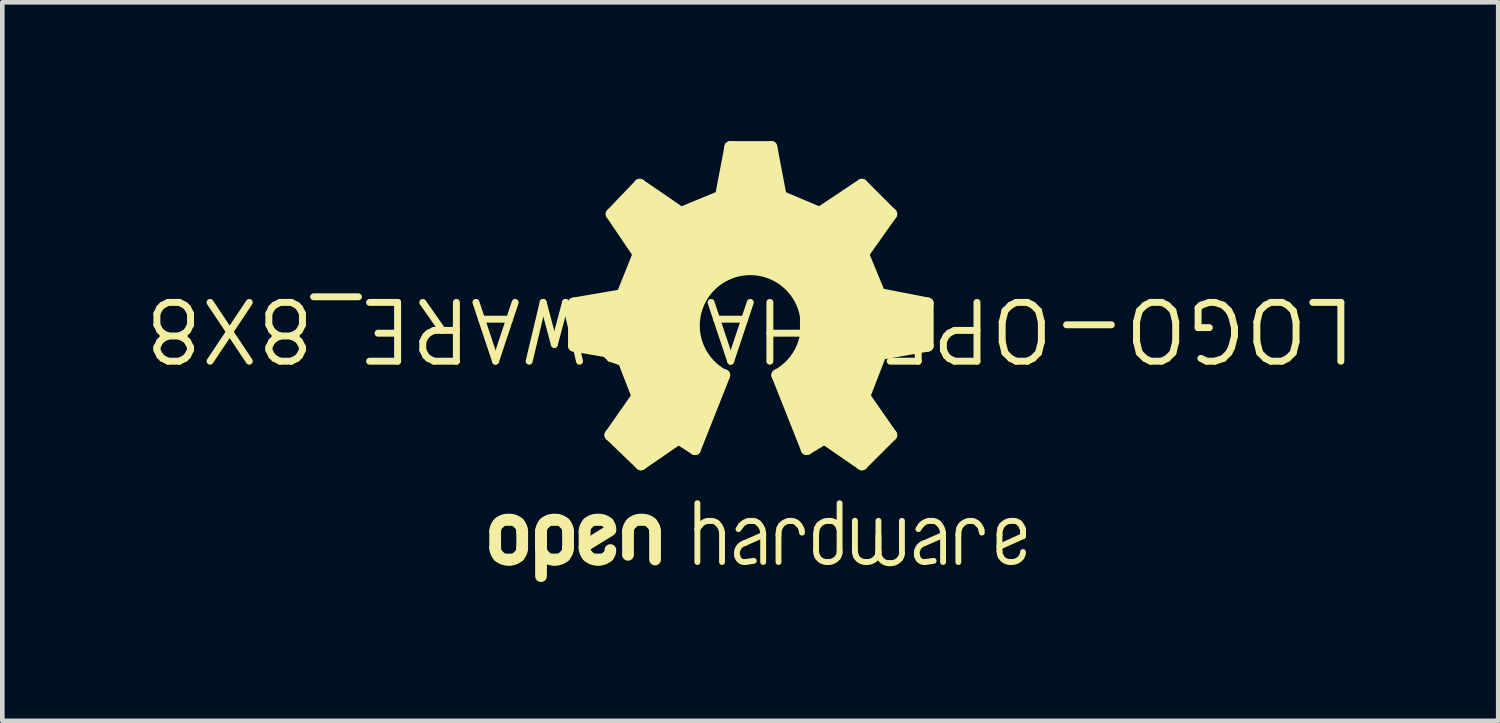
<source format=kicad_pcb>
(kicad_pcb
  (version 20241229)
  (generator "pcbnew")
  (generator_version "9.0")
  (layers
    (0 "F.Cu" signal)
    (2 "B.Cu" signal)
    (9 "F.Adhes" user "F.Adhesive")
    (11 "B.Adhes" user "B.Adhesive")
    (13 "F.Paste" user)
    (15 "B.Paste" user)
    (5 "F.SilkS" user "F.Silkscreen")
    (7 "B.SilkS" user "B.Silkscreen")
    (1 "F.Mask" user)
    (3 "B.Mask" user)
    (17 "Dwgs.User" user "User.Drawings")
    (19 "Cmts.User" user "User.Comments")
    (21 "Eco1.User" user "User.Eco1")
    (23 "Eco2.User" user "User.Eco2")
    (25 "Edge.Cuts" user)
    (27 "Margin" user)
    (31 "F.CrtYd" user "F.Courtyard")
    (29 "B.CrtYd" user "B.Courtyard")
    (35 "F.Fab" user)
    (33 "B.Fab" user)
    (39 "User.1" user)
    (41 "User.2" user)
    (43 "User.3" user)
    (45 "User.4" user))
  (footprint "LOGO-OPENHARDWARE_8X8"
    (layer "F.Cu")
    (at 13.161 4.064)
    (property "Reference" "LOGO-OPENHARDWARE_8X8" (at 0 0 180) (unlocked yes) (layer "F.SilkS") (effects (font (size 1.27 1.27) (thickness 0.15))))
    (fp_line (start -5.512 4.721) (end -5.512 4.372) (stroke (width 0.254) (type solid)) (layer "F.SilkS"))
    (fp_line (start -5.437 4.193) (end -5.434 4.189) (stroke (width 0.254) (type solid)) (layer "F.SilkS"))
    (fp_line (start -5.434 4.904) (end -5.437 4.9) (stroke (width 0.254) (type solid)) (layer "F.SilkS"))
    (fp_line (start -5.254 4.115) (end -5.185 4.115) (stroke (width 0.254) (type solid)) (layer "F.SilkS"))
    (fp_line (start -5.185 4.978) (end -5.254 4.978) (stroke (width 0.254) (type solid)) (layer "F.SilkS"))
    (fp_line (start -5.006 4.189) (end -5.002 4.193) (stroke (width 0.254) (type solid)) (layer "F.SilkS"))
    (fp_line (start -5.002 4.9) (end -5.006 4.904) (stroke (width 0.254) (type solid)) (layer "F.SilkS"))
    (fp_line (start -4.928 4.372) (end -4.928 4.721) (stroke (width 0.254) (type solid)) (layer "F.SilkS"))
    (fp_line (start -4.521 4.369) (end -4.521 5.334) (stroke (width 0.254) (type solid)) (layer "F.SilkS"))
    (fp_line (start -4.521 4.721) (end -4.521 4.372) (stroke (width 0.254) (type solid)) (layer "F.SilkS"))
    (fp_line (start -4.447 4.193) (end -4.443 4.189) (stroke (width 0.254) (type solid)) (layer "F.SilkS"))
    (fp_line (start -4.443 4.904) (end -4.447 4.9) (stroke (width 0.254) (type solid)) (layer "F.SilkS"))
    (fp_line (start -4.264 4.115) (end -4.195 4.115) (stroke (width 0.254) (type solid)) (layer "F.SilkS"))
    (fp_line (start -4.195 4.978) (end -4.264 4.978) (stroke (width 0.254) (type solid)) (layer "F.SilkS"))
    (fp_line (start -4.015 4.189) (end -4.011 4.193) (stroke (width 0.254) (type solid)) (layer "F.SilkS"))
    (fp_line (start -4.011 4.9) (end -4.015 4.904) (stroke (width 0.254) (type solid)) (layer "F.SilkS"))
    (fp_line (start -3.937 4.372) (end -3.937 4.721) (stroke (width 0.254) (type solid)) (layer "F.SilkS"))
    (fp_line (start -3.81 -0.559) (end -2.769 -0.737) (stroke (width 0.254) (type solid)) (layer "F.SilkS"))
    (fp_line (start -3.81 0.356) (end -3.81 -0.559) (stroke (width 0.254) (type solid)) (layer "F.SilkS"))
    (fp_line (start -3.581 4.721) (end -3.581 4.372) (stroke (width 0.254) (type solid)) (layer "F.SilkS"))
    (fp_line (start -3.507 4.193) (end -3.503 4.189) (stroke (width 0.254) (type solid)) (layer "F.SilkS"))
    (fp_line (start -3.503 4.904) (end -3.507 4.9) (stroke (width 0.254) (type solid)) (layer "F.SilkS"))
    (fp_line (start -3.324 4.115) (end -3.255 4.115) (stroke (width 0.254) (type solid)) (layer "F.SilkS"))
    (fp_line (start -3.255 4.978) (end -3.324 4.978) (stroke (width 0.254) (type solid)) (layer "F.SilkS"))
    (fp_line (start -3.075 4.189) (end -3.072 4.193) (stroke (width 0.254) (type solid)) (layer "F.SilkS"))
    (fp_line (start -3.072 4.9) (end -3.075 4.904) (stroke (width 0.254) (type solid)) (layer "F.SilkS"))
    (fp_line (start -3.023 2.286) (end -2.438 1.448) (stroke (width 0.254) (type solid)) (layer "F.SilkS"))
    (fp_line (start -3.023 4.343) (end -3.56 4.674) (stroke (width 0.254) (type solid)) (layer "F.SilkS"))
    (fp_line (start -2.997 -2.489) (end -2.388 -3.124) (stroke (width 0.254) (type solid)) (layer "F.SilkS"))
    (fp_line (start -2.794 0.533) (end -3.81 0.356) (stroke (width 0.254) (type solid)) (layer "F.SilkS"))
    (fp_line (start -2.769 -0.737) (end -2.413 -1.626) (stroke (width 0.254) (type solid)) (layer "F.SilkS"))
    (fp_line (start -2.642 4.873) (end -2.642 4.372) (stroke (width 0.254) (type solid)) (layer "F.SilkS"))
    (fp_line (start -2.567 4.193) (end -2.564 4.189) (stroke (width 0.254) (type solid)) (layer "F.SilkS"))
    (fp_line (start -2.438 1.448) (end -2.794 0.533) (stroke (width 0.254) (type solid)) (layer "F.SilkS"))
    (fp_line (start -2.413 -1.626) (end -2.997 -2.489) (stroke (width 0.254) (type solid)) (layer "F.SilkS"))
    (fp_line (start -2.388 -3.124) (end -1.499 -2.515) (stroke (width 0.254) (type solid)) (layer "F.SilkS"))
    (fp_line (start -2.384 4.115) (end -2.315 4.115) (stroke (width 0.254) (type solid)) (layer "F.SilkS"))
    (fp_line (start -2.362 2.921) (end -3.023 2.286) (stroke (width 0.254) (type solid)) (layer "F.SilkS"))
    (fp_line (start -2.135 4.189) (end -2.132 4.193) (stroke (width 0.254) (type solid)) (layer "F.SilkS"))
    (fp_line (start -2.057 4.372) (end -2.057 4.975) (stroke (width 0.254) (type solid)) (layer "F.SilkS"))
    (fp_line (start -1.549 2.362) (end -2.362 2.921) (stroke (width 0.254) (type solid)) (layer "F.SilkS"))
    (fp_line (start -1.499 -2.515) (end -0.635 -2.87) (stroke (width 0.254) (type solid)) (layer "F.SilkS"))
    (fp_line (start -1.194 2.591) (end -1.549 2.362) (stroke (width 0.254) (type solid)) (layer "F.SilkS"))
    (fp_line (start -1.143 4.318) (end -1.143 3.759) (stroke (width 0.127) (type solid)) (layer "F.SilkS"))
    (fp_line (start -1.143 5.029) (end -1.143 4.318) (stroke (width 0.127) (type solid)) (layer "F.SilkS"))
    (fp_line (start -1.09 4.24) (end -1.143 4.318) (stroke (width 0.127) (type solid)) (layer "F.SilkS"))
    (fp_line (start -0.842 4.14) (end -0.911 4.14) (stroke (width 0.127) (type solid)) (layer "F.SilkS"))
    (fp_line (start -0.635 -2.87) (end -0.432 -3.937) (stroke (width 0.254) (type solid)) (layer "F.SilkS"))
    (fp_line (start -0.61 5.029) (end -0.61 4.407) (stroke (width 0.127) (type solid)) (layer "F.SilkS"))
    (fp_line (start -0.559 0.991) (end -1.194 2.591) (stroke (width 0.254) (type solid)) (layer "F.SilkS"))
    (fp_line (start -0.432 -3.937) (end 0.457 -3.937) (stroke (width 0.254) (type solid)) (layer "F.SilkS"))
    (fp_line (start -0.201 4.24) (end -0.254 4.318) (stroke (width 0.127) (type solid)) (layer "F.SilkS"))
    (fp_line (start -0.127 4.623) (end 0.279 4.445) (stroke (width 0.127) (type solid)) (layer "F.SilkS"))
    (fp_line (start -0.102 5.029) (end 0.076 5.004) (stroke (width 0.127) (type solid)) (layer "F.SilkS"))
    (fp_line (start 0.047 4.14) (end -0.022 4.14) (stroke (width 0.127) (type solid)) (layer "F.SilkS"))
    (fp_line (start 0.279 4.445) (end 0.279 4.407) (stroke (width 0.127) (type solid)) (layer "F.SilkS"))
    (fp_line (start 0.279 5.029) (end 0.279 4.445) (stroke (width 0.127) (type solid)) (layer "F.SilkS"))
    (fp_line (start 0.457 -3.937) (end 0.66 -2.87) (stroke (width 0.254) (type solid)) (layer "F.SilkS"))
    (fp_line (start 0.61 4.442) (end 0.61 5.029) (stroke (width 0.127) (type solid)) (layer "F.SilkS"))
    (fp_line (start 0.66 -2.87) (end 1.499 -2.515) (stroke (width 0.254) (type solid)) (layer "F.SilkS"))
    (fp_line (start 0.662 4.24) (end 0.63 4.299) (stroke (width 0.127) (type solid)) (layer "F.SilkS"))
    (fp_line (start 0.885 4.14) (end 0.842 4.14) (stroke (width 0.127) (type solid)) (layer "F.SilkS"))
    (fp_line (start 1.016 4.191) (end 1.042 4.218) (stroke (width 0.127) (type solid)) (layer "F.SilkS"))
    (fp_line (start 1.109 4.336) (end 1.118 4.394) (stroke (width 0.127) (type solid)) (layer "F.SilkS"))
    (fp_line (start 1.219 2.591) (end 0.584 0.991) (stroke (width 0.254) (type solid)) (layer "F.SilkS"))
    (fp_line (start 1.422 4.442) (end 1.422 4.791) (stroke (width 0.127) (type solid)) (layer "F.SilkS"))
    (fp_line (start 1.475 4.24) (end 1.443 4.299) (stroke (width 0.127) (type solid)) (layer "F.SilkS"))
    (fp_line (start 1.499 -2.515) (end 2.413 -3.124) (stroke (width 0.254) (type solid)) (layer "F.SilkS"))
    (fp_line (start 1.6 2.362) (end 1.219 2.591) (stroke (width 0.254) (type solid)) (layer "F.SilkS"))
    (fp_line (start 1.65 5.029) (end 1.689 5.029) (stroke (width 0.127) (type solid)) (layer "F.SilkS"))
    (fp_line (start 1.724 4.14) (end 1.68 4.14) (stroke (width 0.127) (type solid)) (layer "F.SilkS"))
    (fp_line (start 1.93 4.813) (end 1.93 3.759) (stroke (width 0.127) (type solid)) (layer "F.SilkS"))
    (fp_line (start 2.261 4.137) (end 2.261 4.791) (stroke (width 0.127) (type solid)) (layer "F.SilkS"))
    (fp_line (start 2.413 -3.124) (end 3.048 -2.489) (stroke (width 0.254) (type solid)) (layer "F.SilkS"))
    (fp_line (start 2.413 2.921) (end 1.6 2.362) (stroke (width 0.254) (type solid)) (layer "F.SilkS"))
    (fp_line (start 2.438 -1.626) (end 2.794 -0.762) (stroke (width 0.254) (type solid)) (layer "F.SilkS"))
    (fp_line (start 2.464 1.448) (end 3.048 2.286) (stroke (width 0.254) (type solid)) (layer "F.SilkS"))
    (fp_line (start 2.488 5.029) (end 2.527 5.029) (stroke (width 0.127) (type solid)) (layer "F.SilkS"))
    (fp_line (start 2.769 4.467) (end 2.769 4.813) (stroke (width 0.127) (type solid)) (layer "F.SilkS"))
    (fp_line (start 2.769 4.813) (end 2.769 4.14) (stroke (width 0.127) (type solid)) (layer "F.SilkS"))
    (fp_line (start 2.769 4.813) (end 2.769 4.817) (stroke (width 0.127) (type solid)) (layer "F.SilkS"))
    (fp_line (start 2.794 -0.762) (end 3.835 -0.559) (stroke (width 0.254) (type solid)) (layer "F.SilkS"))
    (fp_line (start 2.819 0.533) (end 2.464 1.448) (stroke (width 0.254) (type solid)) (layer "F.SilkS"))
    (fp_line (start 2.996 5.055) (end 3.035 5.055) (stroke (width 0.127) (type solid)) (layer "F.SilkS"))
    (fp_line (start 3.048 -2.489) (end 2.438 -1.626) (stroke (width 0.254) (type solid)) (layer "F.SilkS"))
    (fp_line (start 3.048 2.286) (end 2.413 2.921) (stroke (width 0.254) (type solid)) (layer "F.SilkS"))
    (fp_line (start 3.277 4.839) (end 3.277 4.14) (stroke (width 0.127) (type solid)) (layer "F.SilkS"))
    (fp_line (start 3.685 4.24) (end 3.632 4.318) (stroke (width 0.127) (type solid)) (layer "F.SilkS"))
    (fp_line (start 3.759 4.623) (end 4.166 4.445) (stroke (width 0.127) (type solid)) (layer "F.SilkS"))
    (fp_line (start 3.785 5.029) (end 3.962 5.004) (stroke (width 0.127) (type solid)) (layer "F.SilkS"))
    (fp_line (start 3.835 -0.559) (end 3.835 0.356) (stroke (width 0.254) (type solid)) (layer "F.SilkS"))
    (fp_line (start 3.835 0.356) (end 2.819 0.533) (stroke (width 0.254) (type solid)) (layer "F.SilkS"))
    (fp_line (start 3.933 4.14) (end 3.864 4.14) (stroke (width 0.127) (type solid)) (layer "F.SilkS"))
    (fp_line (start 4.166 4.445) (end 4.166 4.407) (stroke (width 0.127) (type solid)) (layer "F.SilkS"))
    (fp_line (start 4.166 5.029) (end 4.166 4.445) (stroke (width 0.127) (type solid)) (layer "F.SilkS"))
    (fp_line (start 4.496 4.442) (end 4.496 5.029) (stroke (width 0.127) (type solid)) (layer "F.SilkS"))
    (fp_line (start 4.548 4.24) (end 4.516 4.299) (stroke (width 0.127) (type solid)) (layer "F.SilkS"))
    (fp_line (start 4.772 4.14) (end 4.728 4.14) (stroke (width 0.127) (type solid)) (layer "F.SilkS"))
    (fp_line (start 4.902 4.191) (end 4.929 4.218) (stroke (width 0.127) (type solid)) (layer "F.SilkS"))
    (fp_line (start 4.995 4.336) (end 5.004 4.394) (stroke (width 0.127) (type solid)) (layer "F.SilkS"))
    (fp_line (start 5.385 4.442) (end 5.385 4.699) (stroke (width 0.127) (type solid)) (layer "F.SilkS"))
    (fp_line (start 5.385 4.699) (end 5.385 4.791) (stroke (width 0.127) (type solid)) (layer "F.SilkS"))
    (fp_line (start 5.385 4.699) (end 5.893 4.47) (stroke (width 0.127) (type solid)) (layer "F.SilkS"))
    (fp_line (start 5.437 4.24) (end 5.405 4.299) (stroke (width 0.127) (type solid)) (layer "F.SilkS"))
    (fp_line (start 5.613 5.029) (end 5.652 5.029) (stroke (width 0.127) (type solid)) (layer "F.SilkS"))
    (fp_line (start 5.686 4.14) (end 5.642 4.14) (stroke (width 0.127) (type solid)) (layer "F.SilkS"))
    (fp_line (start 5.893 4.47) (end 5.893 4.354) (stroke (width 0.127) (type solid)) (layer "F.SilkS"))
    (fp_arc (start -5.5118 4.3724) (mid -5.492462 4.2752) (end -5.4374 4.192799) (stroke (width 0.254) (type solid)) (layer "F.SilkS"))
    (fp_arc (start -5.4374 4.9004) (mid -5.492462 4.817999) (end -5.5118 4.720799) (stroke (width 0.254) (type solid)) (layer "F.SilkS"))
    (fp_arc (start -5.4338 4.1892) (mid -5.351403 4.134131) (end -5.254201 4.1148) (stroke (width 0.254) (type solid)) (layer "F.SilkS"))
    (fp_arc (start -5.2542 4.9784) (mid -5.351403 4.95907) (end -5.4338 4.904) (stroke (width 0.254) (type solid)) (layer "F.SilkS"))
    (fp_arc (start -5.1852 4.1148) (mid -5.087998 4.13413) (end -5.0056 4.189199) (stroke (width 0.254) (type solid)) (layer "F.SilkS"))
    (fp_arc (start -5.0056 4.904) (mid -5.087998 4.959069) (end -5.1852 4.978399) (stroke (width 0.254) (type solid)) (layer "F.SilkS"))
    (fp_arc (start -5.002 4.1928) (mid -4.946938 4.275201) (end -4.9276 4.3724) (stroke (width 0.254) (type solid)) (layer "F.SilkS"))
    (fp_arc (start -4.9276 4.7208) (mid -4.946938 4.818) (end -5.002001 4.9004) (stroke (width 0.254) (type solid)) (layer "F.SilkS"))
    (fp_arc (start -4.5212 4.3724) (mid -4.501862 4.2752) (end -4.4468 4.192799) (stroke (width 0.254) (type solid)) (layer "F.SilkS"))
    (fp_arc (start -4.4468 4.9004) (mid -4.501862 4.817999) (end -4.5212 4.720799) (stroke (width 0.254) (type solid)) (layer "F.SilkS"))
    (fp_arc (start -4.4432 4.1892) (mid -4.360803 4.134131) (end -4.263601 4.1148) (stroke (width 0.254) (type solid)) (layer "F.SilkS"))
    (fp_arc (start -4.2636 4.9784) (mid -4.360803 4.95907) (end -4.4432 4.904) (stroke (width 0.254) (type solid)) (layer "F.SilkS"))
    (fp_arc (start -4.1946 4.1148) (mid -4.097398 4.13413) (end -4.015 4.189199) (stroke (width 0.254) (type solid)) (layer "F.SilkS"))
    (fp_arc (start -4.015 4.904) (mid -4.097398 4.959069) (end -4.1946 4.978399) (stroke (width 0.254) (type solid)) (layer "F.SilkS"))
    (fp_arc (start -4.0114 4.1928) (mid -3.956338 4.275201) (end -3.937 4.3724) (stroke (width 0.254) (type solid)) (layer "F.SilkS"))
    (fp_arc (start -3.937 4.7208) (mid -3.956338 4.818) (end -4.011401 4.9004) (stroke (width 0.254) (type solid)) (layer "F.SilkS"))
    (fp_arc (start -3.5814 4.3724) (mid -3.562062 4.2752) (end -3.507 4.192799) (stroke (width 0.254) (type solid)) (layer "F.SilkS"))
    (fp_arc (start -3.507 4.9004) (mid -3.562062 4.817999) (end -3.5814 4.720799) (stroke (width 0.254) (type solid)) (layer "F.SilkS"))
    (fp_arc (start -3.5034 4.1892) (mid -3.421003 4.134131) (end -3.323801 4.1148) (stroke (width 0.254) (type solid)) (layer "F.SilkS"))
    (fp_arc (start -3.3238 4.9784) (mid -3.421003 4.95907) (end -3.5034 4.904) (stroke (width 0.254) (type solid)) (layer "F.SilkS"))
    (fp_arc (start -3.2548 4.1148) (mid -3.157598 4.13413) (end -3.0752 4.189199) (stroke (width 0.254) (type solid)) (layer "F.SilkS"))
    (fp_arc (start -3.0752 4.904) (mid -3.157598 4.959069) (end -3.2548 4.978399) (stroke (width 0.254) (type solid)) (layer "F.SilkS"))
    (fp_arc (start -3.0716 4.1928) (mid -3.034292 4.252327) (end -3.0226 4.3216) (stroke (width 0.254) (type solid)) (layer "F.SilkS"))
    (fp_arc (start -3.0226 4.7716) (mid -3.034292 4.840873) (end -3.0716 4.9004) (stroke (width 0.254) (type solid)) (layer "F.SilkS"))
    (fp_arc (start -2.6416 4.3724) (mid -2.622262 4.2752) (end -2.5672 4.192799) (stroke (width 0.254) (type solid)) (layer "F.SilkS"))
    (fp_arc (start -2.5636 4.1892) (mid -2.481203 4.134131) (end -2.384001 4.1148) (stroke (width 0.254) (type solid)) (layer "F.SilkS"))
    (fp_arc (start -2.315 4.1148) (mid -2.217798 4.13413) (end -2.1354 4.189199) (stroke (width 0.254) (type solid)) (layer "F.SilkS"))
    (fp_arc (start -2.1318 4.1928) (mid -2.076738 4.275201) (end -2.0574 4.3724) (stroke (width 0.254) (type solid)) (layer "F.SilkS"))
    (fp_arc (start -1.0904 4.240001) (mid -1.010526 4.172238) (end -0.9108 4.1402) (stroke (width 0.127) (type solid)) (layer "F.SilkS"))
    (fp_arc (start -0.8418 4.1402) (mid -0.772522 4.151877) (end -0.713 4.1892) (stroke (width 0.127) (type solid)) (layer "F.SilkS"))
    (fp_arc (start -0.713 4.1892) (mid -0.639565 4.287945) (end -0.6096 4.4073) (stroke (width 0.127) (type solid)) (layer "F.SilkS"))
    (fp_arc (start -0.5842 0.9906) (mid 0 -1.296427) (end 0.584199 0.9906) (stroke (width 0.254) (type solid)) (layer "F.SilkS"))
    (fp_arc (start -0.279399 4.902201) (mid -0.261065 4.730938) (end -0.127 4.6228) (stroke (width 0.127) (type solid)) (layer "F.SilkS"))
    (fp_arc (start -0.2014 4.24) (mid -0.121525 4.172238) (end -0.0218 4.1402) (stroke (width 0.127) (type solid)) (layer "F.SilkS"))
    (fp_arc (start -0.1016 5.0292) (mid -0.216803 5.002524) (end -0.2794 4.9022) (stroke (width 0.127) (type solid)) (layer "F.SilkS"))
    (fp_arc (start 0.0472 4.1402) (mid 0.116478 4.151877) (end 0.176 4.1892) (stroke (width 0.127) (type solid)) (layer "F.SilkS"))
    (fp_arc (start 0.176 4.1892) (mid 0.249435 4.287945) (end 0.2794 4.4073) (stroke (width 0.127) (type solid)) (layer "F.SilkS"))
    (fp_arc (start 0.6096 4.4417) (mid 0.614756 4.369519) (end 0.6301 4.2988) (stroke (width 0.127) (type solid)) (layer "F.SilkS"))
    (fp_arc (start 0.6622 4.24) (mid 0.742075 4.172238) (end 0.8418 4.1402) (stroke (width 0.127) (type solid)) (layer "F.SilkS"))
    (fp_arc (start 0.8854 4.1402) (mid 0.954681 4.15187) (end 1.0142 4.1892) (stroke (width 0.127) (type solid)) (layer "F.SilkS"))
    (fp_arc (start 1.0425 4.2175) (mid 1.083923 4.272012) (end 1.1093 4.3356) (stroke (width 0.127) (type solid)) (layer "F.SilkS"))
    (fp_arc (start 1.4224 4.4417) (mid 1.427543 4.369517) (end 1.4429 4.2988) (stroke (width 0.127) (type solid)) (layer "F.SilkS"))
    (fp_arc (start 1.4492 4.904999) (mid 1.429185 4.84976) (end 1.4224 4.7914) (stroke (width 0.127) (type solid)) (layer "F.SilkS"))
    (fp_arc (start 1.475 4.24) (mid 1.554872 4.17223) (end 1.6546 4.1402) (stroke (width 0.127) (type solid)) (layer "F.SilkS"))
    (fp_arc (start 1.6502 5.0292) (mid 1.532051 4.995662) (end 1.4492 4.905) (stroke (width 0.127) (type solid)) (layer "F.SilkS"))
    (fp_arc (start 1.7236 4.1402) (mid 1.792881 4.151865) (end 1.8524 4.1892) (stroke (width 0.127) (type solid)) (layer "F.SilkS"))
    (fp_arc (start 1.8553 4.1921) (mid 1.896723 4.246612) (end 1.9221 4.3102) (stroke (width 0.127) (type solid)) (layer "F.SilkS"))
    (fp_arc (start 1.8923 4.927599) (mid 1.802692 5.002384) (end 1.6891 5.0292) (stroke (width 0.127) (type solid)) (layer "F.SilkS"))
    (fp_arc (start 1.9304 4.8133) (mid 1.92064 4.873547) (end 1.8923 4.9276) (stroke (width 0.127) (type solid)) (layer "F.SilkS"))
    (fp_arc (start 2.2874 4.904999) (mid 2.267378 4.849761) (end 2.2606 4.7914) (stroke (width 0.127) (type solid)) (layer "F.SilkS"))
    (fp_arc (start 2.4884 5.0292) (mid 2.370244 4.995671) (end 2.2874 4.905) (stroke (width 0.127) (type solid)) (layer "F.SilkS"))
    (fp_arc (start 2.7305 4.927599) (mid 2.640892 5.002384) (end 2.5273 5.0292) (stroke (width 0.127) (type solid)) (layer "F.SilkS"))
    (fp_arc (start 2.7686 4.8133) (mid 2.75884 4.873547) (end 2.7305 4.9276) (stroke (width 0.127) (type solid)) (layer "F.SilkS"))
    (fp_arc (start 2.7954 4.930399) (mid 2.775378 4.875161) (end 2.7686 4.8168) (stroke (width 0.127) (type solid)) (layer "F.SilkS"))
    (fp_arc (start 2.9964 5.0546) (mid 2.878244 5.021071) (end 2.7954 4.9304) (stroke (width 0.127) (type solid)) (layer "F.SilkS"))
    (fp_arc (start 3.2385 4.952999) (mid 3.148892 5.027784) (end 3.0353 5.0546) (stroke (width 0.127) (type solid)) (layer "F.SilkS"))
    (fp_arc (start 3.2766 4.8387) (mid 3.26684 4.898947) (end 3.2385 4.953) (stroke (width 0.127) (type solid)) (layer "F.SilkS"))
    (fp_arc (start 3.6068 4.9022) (mid 3.625134 4.730937) (end 3.7592 4.6228) (stroke (width 0.127) (type solid)) (layer "F.SilkS"))
    (fp_arc (start 3.6848 4.24) (mid 3.764672 4.17223) (end 3.8644 4.1402) (stroke (width 0.127) (type solid)) (layer "F.SilkS"))
    (fp_arc (start 3.7846 5.0292) (mid 3.669397 5.002524) (end 3.6068 4.9022) (stroke (width 0.127) (type solid)) (layer "F.SilkS"))
    (fp_arc (start 3.9334 4.1402) (mid 4.002681 4.151865) (end 4.0622 4.1892) (stroke (width 0.127) (type solid)) (layer "F.SilkS"))
    (fp_arc (start 4.0622 4.189199) (mid 4.135637 4.287945) (end 4.1656 4.4073) (stroke (width 0.127) (type solid)) (layer "F.SilkS"))
    (fp_arc (start 4.4958 4.4417) (mid 4.500943 4.369517) (end 4.5163 4.2988) (stroke (width 0.127) (type solid)) (layer "F.SilkS"))
    (fp_arc (start 4.5484 4.24) (mid 4.628272 4.17223) (end 4.728 4.1402) (stroke (width 0.127) (type solid)) (layer "F.SilkS"))
    (fp_arc (start 4.7716 4.1402) (mid 4.840881 4.151865) (end 4.9004 4.1892) (stroke (width 0.127) (type solid)) (layer "F.SilkS"))
    (fp_arc (start 4.9287 4.2175) (mid 4.970123 4.272012) (end 4.9955 4.3356) (stroke (width 0.127) (type solid)) (layer "F.SilkS"))
    (fp_arc (start 5.3848 4.4417) (mid 5.389943 4.369517) (end 5.4053 4.2988) (stroke (width 0.127) (type solid)) (layer "F.SilkS"))
    (fp_arc (start 5.4116 4.904999) (mid 5.391578 4.849761) (end 5.3848 4.7914) (stroke (width 0.127) (type solid)) (layer "F.SilkS"))
    (fp_arc (start 5.4374 4.24) (mid 5.517272 4.17223) (end 5.617 4.1402) (stroke (width 0.127) (type solid)) (layer "F.SilkS"))
    (fp_arc (start 5.6126 5.0292) (mid 5.494444 4.995671) (end 5.4116 4.905) (stroke (width 0.127) (type solid)) (layer "F.SilkS"))
    (fp_arc (start 5.686 4.1402) (mid 5.755281 4.151865) (end 5.8148 4.1892) (stroke (width 0.127) (type solid)) (layer "F.SilkS"))
    (fp_arc (start 5.8177 4.1921) (mid 5.859123 4.246612) (end 5.8845 4.3102) (stroke (width 0.127) (type solid)) (layer "F.SilkS"))
    (fp_arc (start 5.8547 4.927599) (mid 5.765092 5.002384) (end 5.6515 5.0292) (stroke (width 0.127) (type solid)) (layer "F.SilkS"))
    (fp_arc (start 5.8674 4.2672) (mid 5.888748 4.308016) (end 5.8928 4.3539) (stroke (width 0.127) (type solid)) (layer "F.SilkS"))
    (fp_arc (start 5.8928 4.8133) (mid 5.88304 4.873547) (end 5.8547 4.9276) (stroke (width 0.127) (type solid)) (layer "F.SilkS"))
    (fp_poly (pts (xy 0.67 -2.879) (xy 1.488 -2.459) (xy 2.455 -3.139) (xy 3.063 -2.498) (xy 2.429 -1.679) (xy 2.737 -0.821) (xy 3.835 -0.585) (xy 3.835 0.332) (xy 2.807 0.543) (xy 2.431 1.383) (xy 3.032 2.245) (xy 2.434 2.91) (xy 2.268 2.799) (xy 1.567 2.355) (xy 1.202 2.538) (xy 0.607 0.992) (xy 0.893 0.801) (xy 1.219 0.172) (xy 1.219 -0.283) (xy 1.01 -0.865) (xy 0.578 -1.228) (xy -0.135 -1.366) (xy -0.9 -0.995) (xy -1.264 -0.357) (xy -1.15 0.352) (xy -0.616 0.992) (xy -1.233 2.578) (xy -1.574 2.361) (xy -2.372 2.875) (xy -3.009 2.339) (xy -2.454 1.414) (xy -2.833 0.567) (xy -3.759 0.355) (xy -3.759 -0.533) (xy -2.711 -0.769) (xy -2.402 -1.609) (xy -3.004 -2.526) (xy -2.511 -3.082) (xy -2.332 -3.141) (xy -2.001 -2.841) (xy -1.519 -2.468) (xy -1.435 -2.523) (xy -0.646 -2.906) (xy -0.435 -3.958) (xy 0.432 -3.992)) (stroke (width 0) (type default)) (fill yes) (layer "F.SilkS")))
  (gr_rect
    (start -3 -3)
    (end 29.322 12.525)
    (stroke (width 0.1) (type default))
    (fill no)
    (layer "Edge.Cuts")))
</source>
